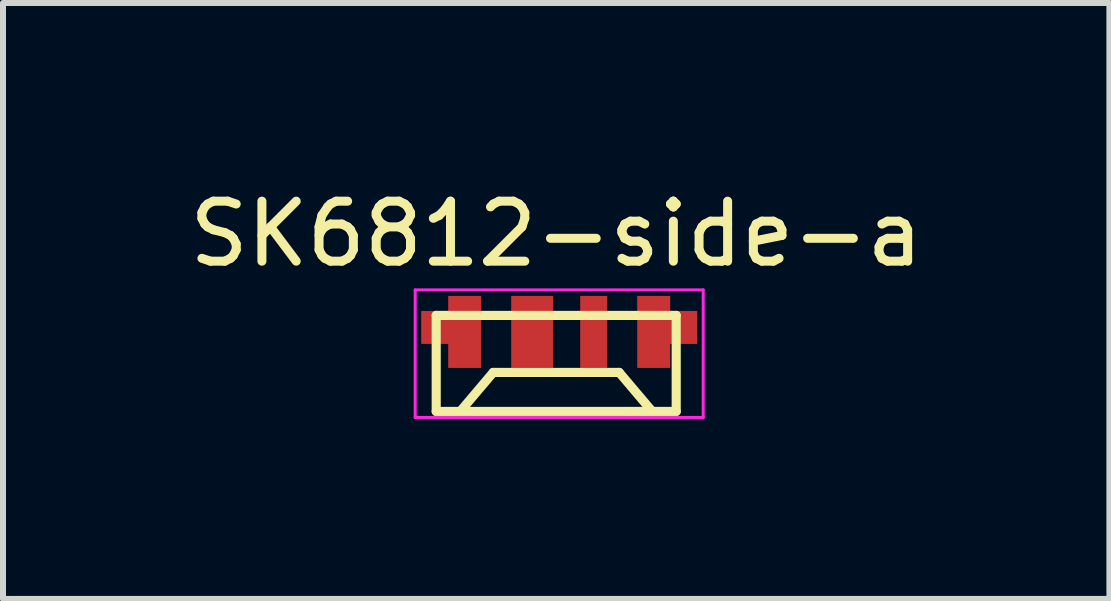
<source format=kicad_pcb>
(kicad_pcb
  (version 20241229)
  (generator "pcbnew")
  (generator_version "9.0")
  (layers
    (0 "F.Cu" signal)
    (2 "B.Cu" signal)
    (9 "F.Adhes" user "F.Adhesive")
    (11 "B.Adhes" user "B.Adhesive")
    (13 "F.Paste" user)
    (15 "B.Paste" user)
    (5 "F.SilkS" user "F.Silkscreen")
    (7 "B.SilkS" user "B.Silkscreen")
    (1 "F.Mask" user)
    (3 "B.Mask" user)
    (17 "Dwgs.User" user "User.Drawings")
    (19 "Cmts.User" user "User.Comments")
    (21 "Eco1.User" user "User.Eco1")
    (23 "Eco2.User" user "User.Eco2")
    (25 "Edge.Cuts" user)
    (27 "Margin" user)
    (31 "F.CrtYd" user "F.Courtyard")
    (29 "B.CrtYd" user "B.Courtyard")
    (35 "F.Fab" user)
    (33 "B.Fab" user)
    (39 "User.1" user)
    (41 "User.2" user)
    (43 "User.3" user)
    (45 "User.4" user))
  (footprint "SK6812-side-a"
    (layer "F.Cu")
    (at 6.22 3.007)
    (property "Reference" "SK6812-side-a" (at 0 -2.159 0) (layer "F.SilkS") (effects (font (size 1 1) (thickness 0.15))))
    (attr smd)
    (fp_line (start -2 -0.8) (end -2 0.8) (stroke (width 0.152) (type solid)) (layer "F.SilkS"))
    (fp_line (start -2 -0.8) (end 2 -0.8) (stroke (width 0.152) (type solid)) (layer "F.SilkS"))
    (fp_line (start -2 0.8) (end 2 0.8) (stroke (width 0.152) (type solid)) (layer "F.SilkS"))
    (fp_line (start -1.05 0.15) (end -1.6 0.8) (stroke (width 0.152) (type solid)) (layer "F.SilkS"))
    (fp_line (start -1.05 0.15) (end 1.05 0.15) (stroke (width 0.152) (type solid)) (layer "F.SilkS"))
    (fp_line (start 1.05 0.15) (end 1.6 0.8) (stroke (width 0.152) (type solid)) (layer "F.SilkS"))
    (fp_line (start 2 -0.8) (end 2 0.8) (stroke (width 0.152) (type solid)) (layer "F.SilkS"))
    (fp_line (start -2.35 -1.225) (end -2.35 0.9) (stroke (width 0.05) (type solid)) (layer "F.CrtYd"))
    (fp_line (start -2.35 -1.225) (end 2.45 -1.225) (stroke (width 0.05) (type solid)) (layer "F.CrtYd"))
    (fp_line (start -2.35 0.9) (end 2.45 0.9) (stroke (width 0.05) (type solid)) (layer "F.CrtYd"))
    (fp_line (start 2.45 -1.225) (end 2.45 0.9) (stroke (width 0.05) (type solid)) (layer "F.CrtYd"))
    (pad "1" smd custom (at -1.75 -0.525) (size 0.25 0.25) (layers "F.Cu" "F.Mask" "F.Paste") (options (anchor rect)) (primitives (gr_poly (pts (xy -0.05 -0.6) (xy 0.5 -0.6) (xy 0.5 0.6) (xy -0.05 0.6) (xy -0.05 0.2) (xy -0.5 0.2) (xy -0.5 -0.35) (xy -0.05 -0.35)) (width 0) (fill yes))))
    (pad "2" smd rect (at -0.4 -0.525) (size 0.7 1.2) (layers "F.Cu" "F.Mask" "F.Paste"))
    (pad "3" smd rect (at 0.625 -0.525) (size 0.45 1.2) (layers "F.Cu" "F.Mask" "F.Paste"))
    (pad "4" smd custom (at 1.85 -0.525) (size 0.25 0.25) (layers "F.Cu" "F.Mask" "F.Paste") (options (anchor rect)) (primitives (gr_poly (pts (xy -0.5 -0.6) (xy 0.05 -0.6) (xy 0.05 -0.35) (xy 0.5 -0.35) (xy 0.5 0.2) (xy 0.05 0.2) (xy 0.05 0.6) (xy -0.5 0.6)) (width 0) (fill yes)))))
  (gr_rect
    (start -3 -3)
    (end 15.44 6.932)
    (stroke (width 0.1) (type default))
    (fill no)
    (layer "Edge.Cuts")))
</source>
